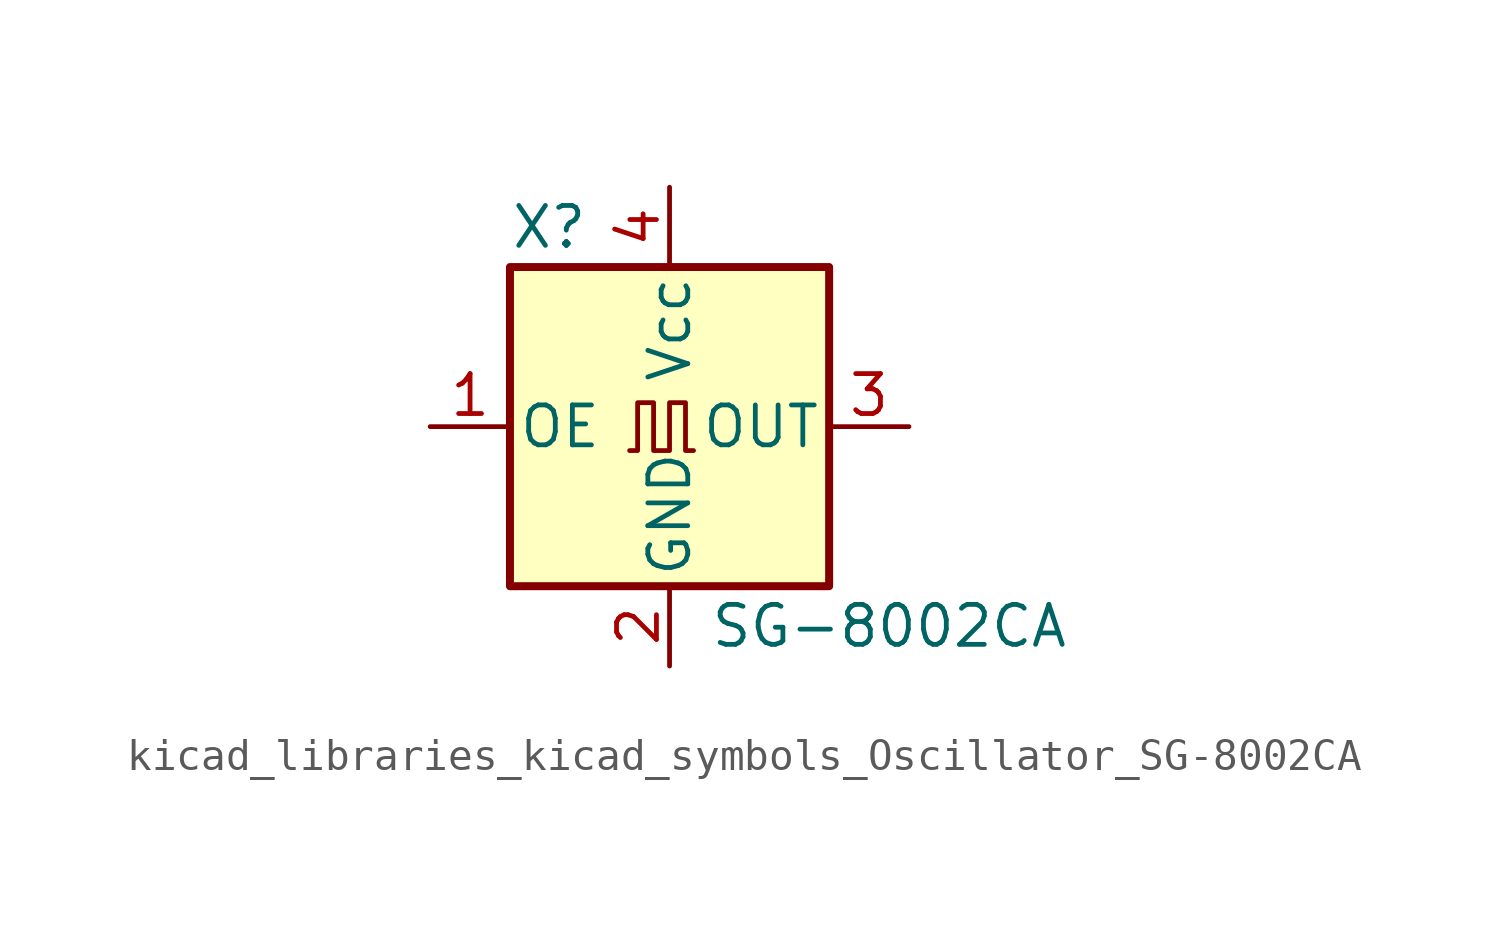
<source format=kicad_sym>
(kicad_symbol_lib
  (version 20220914)
  (generator kicad_symbol_editor)
  (symbol "kicad_libraries_kicad_symbols_Oscillator_SG-8002CA"
    (pin_names
      (offset 0.254))
    (property "Reference" "X"
      (at -5.08 6.35 0)
      (effects (font (size 1.27 1.27)) (justify left)))
    (property "Value" "SG-8002CA"
      (at 1.27 -6.35 0)
      (effects (font (size 1.27 1.27)) (justify left)))
    (symbol "kicad_libraries_kicad_symbols_Oscillator_SG-8002CA_0_1"
      (rectangle (start -5.08 5.08) (end 5.08 -5.08) (stroke (width 0.254) (type default)) (fill (type background)))
      (polyline (pts (xy -1.27 -0.762) (xy -1.016 -0.762) (xy -1.016 0.762) (xy -0.508 0.762) (xy -0.508 -0.762) (xy 0 -0.762) (xy 0 0.762) (xy 0.508 0.762) (xy 0.508 -0.762) (xy 0.762 -0.762)) (stroke (width 0) (type default)) (fill (type none))))
    (symbol "kicad_libraries_kicad_symbols_Oscillator_SG-8002CA_1_1"
      (pin input line (at -7.62 0 0) (length 2.54) (name "OE" (effects (font (size 1.27 1.27)))) (number "1" (effects (font (size 1.27 1.27)))))
      (pin power_in line (at 0 -7.62 90) (length 2.54) (name "GND" (effects (font (size 1.27 1.27)))) (number "2" (effects (font (size 1.27 1.27)))))
      (pin output line (at 7.62 0 180) (length 2.54) (name "OUT" (effects (font (size 1.27 1.27)))) (number "3" (effects (font (size 1.27 1.27)))))
      (pin power_in line (at 0 7.62 270) (length 2.54) (name "Vcc" (effects (font (size 1.27 1.27)))) (number "4" (effects (font (size 1.27 1.27))))))))
</source>
